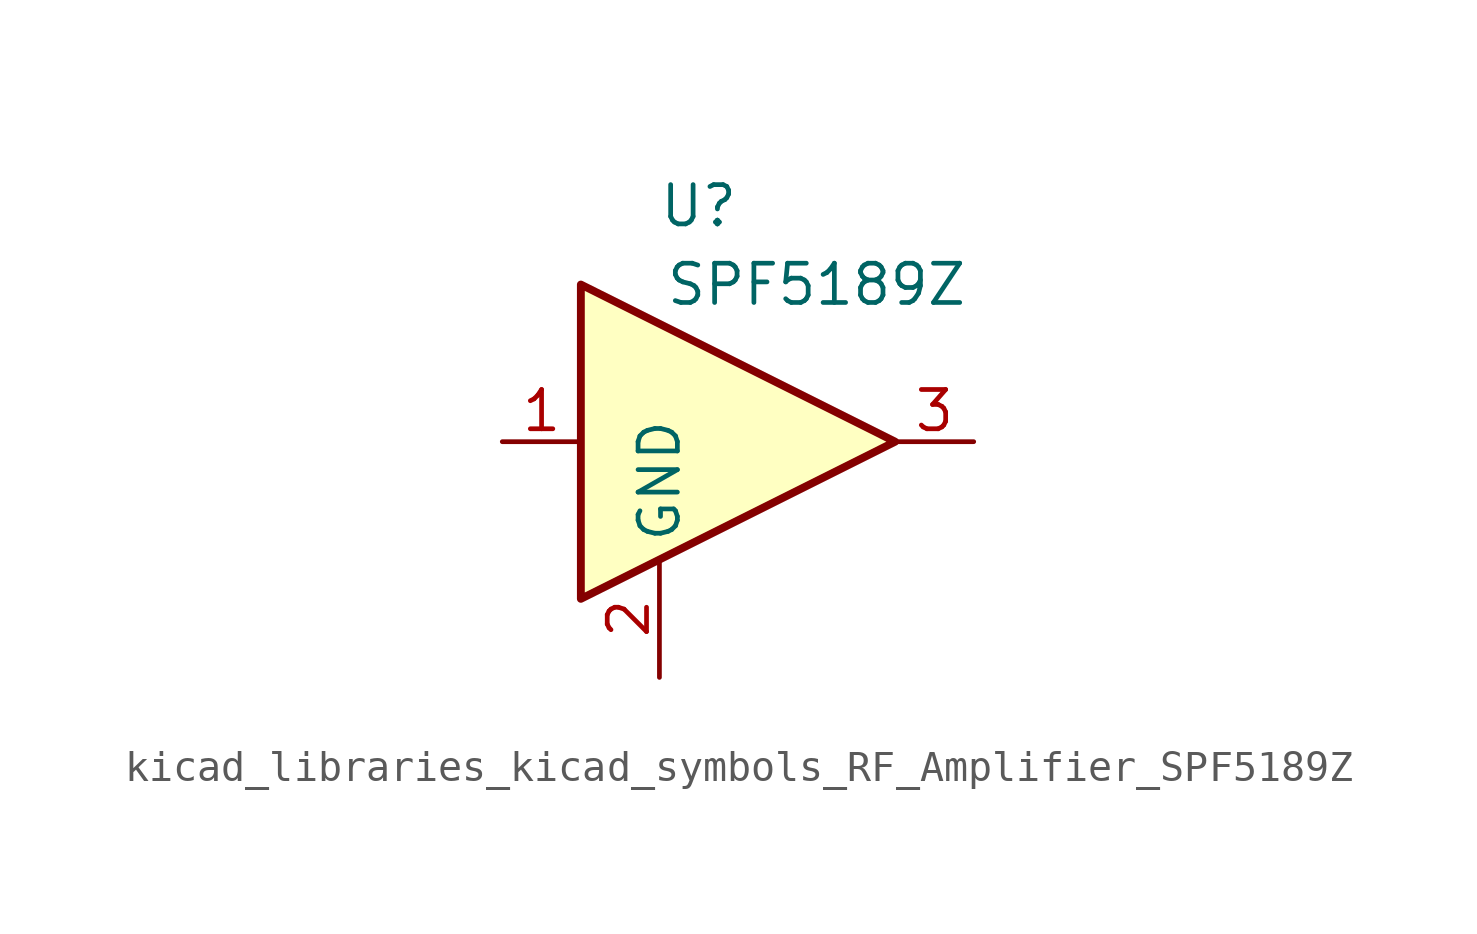
<source format=kicad_sym>
(kicad_symbol_lib
  (version 20220914)
  (generator kicad_symbol_editor)
  (symbol "kicad_libraries_kicad_symbols_RF_Amplifier_SPF5189Z"
    (property "Reference" "U"
      (at -1.27 7.62 0)
      (effects (font (size 1.27 1.27))))
    (property "Value" "SPF5189Z"
      (at 2.54 5.08 0)
      (effects (font (size 1.27 1.27))))
    (symbol "kicad_libraries_kicad_symbols_RF_Amplifier_SPF5189Z_0_1"
      (polyline (pts (xy 5.08 0) (xy -5.08 5.08) (xy -5.08 -5.08) (xy 5.08 0)) (stroke (width 0.254) (type default)) (fill (type background))))
    (symbol "kicad_libraries_kicad_symbols_RF_Amplifier_SPF5189Z_1_1"
      (pin input line (at -7.62 0 0) (length 2.54) (name "~" (effects (font (size 1.27 1.27)))) (number "1" (effects (font (size 1.27 1.27)))))
      (pin power_in line (at -2.54 -7.62 90) (length 3.81) (name "GND" (effects (font (size 1.27 1.27)))) (number "2" (effects (font (size 1.27 1.27)))))
      (pin output line (at 7.62 0 180) (length 2.54) (name "~" (effects (font (size 1.27 1.27)))) (number "3" (effects (font (size 1.27 1.27))))))))
</source>
